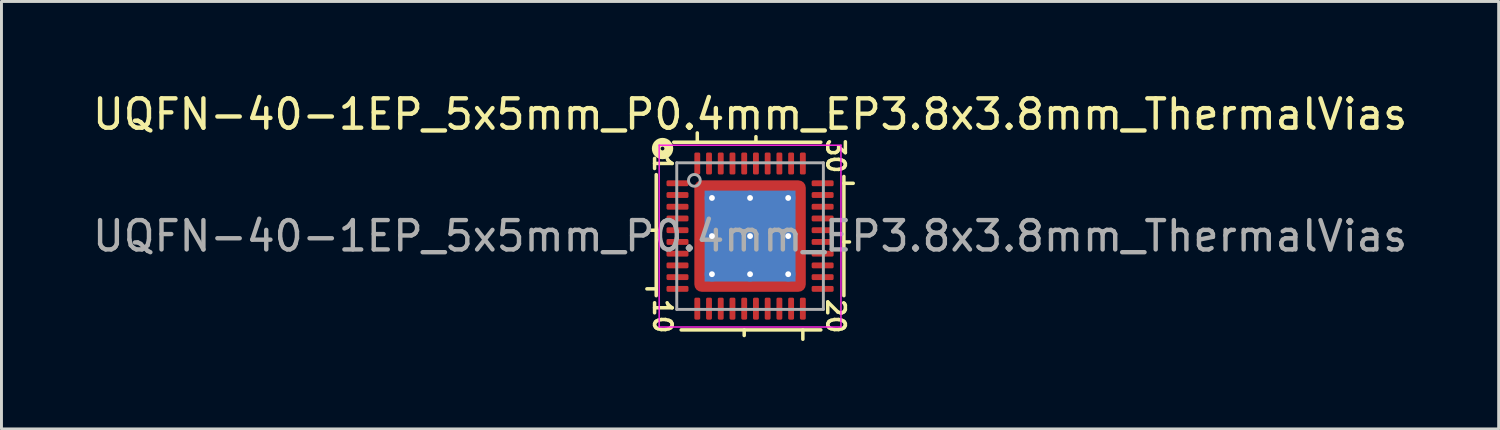
<source format=kicad_pcb>
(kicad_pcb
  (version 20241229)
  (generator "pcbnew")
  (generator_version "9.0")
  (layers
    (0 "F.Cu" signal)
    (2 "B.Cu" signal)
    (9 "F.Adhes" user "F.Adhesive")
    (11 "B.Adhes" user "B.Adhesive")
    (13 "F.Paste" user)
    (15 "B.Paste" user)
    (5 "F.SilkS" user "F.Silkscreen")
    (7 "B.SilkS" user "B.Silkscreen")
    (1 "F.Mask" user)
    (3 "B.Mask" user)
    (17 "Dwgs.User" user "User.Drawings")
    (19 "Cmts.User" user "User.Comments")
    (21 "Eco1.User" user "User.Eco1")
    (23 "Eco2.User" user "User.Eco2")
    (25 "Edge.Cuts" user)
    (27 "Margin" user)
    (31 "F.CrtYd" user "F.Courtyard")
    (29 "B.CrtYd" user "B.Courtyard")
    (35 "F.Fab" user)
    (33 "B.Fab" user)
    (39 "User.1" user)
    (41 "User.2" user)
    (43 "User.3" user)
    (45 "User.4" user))
  (footprint "UQFN-40-1EP_5x5mm_P0.4mm_EP3.8x3.8mm_ThermalVias"
    (layer "F.Cu")
    (at 22.53 5.001)
    (property "Reference" "UQFN-40-1EP_5x5mm_P0.4mm_EP3.8x3.8mm_ThermalVias" (at 0 -4.152 0) (layer "F.SilkS") (effects (font (size 1 1) (thickness 0.15))))
    (attr smd)
    (fp_line (start -3.2 -2.095) (end -3.2 2.032) (stroke (width 0.12) (type solid)) (layer "F.SilkS"))
    (fp_line (start -3.2 -0.2) (end -3.39 -0.2) (stroke (width 0.12) (type solid)) (layer "F.SilkS"))
    (fp_line (start -3.2 1.8) (end -3.518 1.8) (stroke (width 0.12) (type solid)) (layer "F.SilkS"))
    (fp_line (start -2.349 3.2) (end 2.413 3.2) (stroke (width 0.12) (type solid)) (layer "F.SilkS"))
    (fp_line (start -1.8 -3.2) (end -1.8 -3.518) (stroke (width 0.12) (type solid)) (layer "F.SilkS"))
    (fp_line (start -0.2 3.2) (end -0.2 3.39) (stroke (width 0.12) (type solid)) (layer "F.SilkS"))
    (fp_line (start 0.2 -3.2) (end 0.2 -3.39) (stroke (width 0.12) (type solid)) (layer "F.SilkS"))
    (fp_line (start 1.8 3.2) (end 1.8 3.518) (stroke (width 0.12) (type solid)) (layer "F.SilkS"))
    (fp_line (start 2.413 -3.2) (end -2.603 -3.2) (stroke (width 0.12) (type solid)) (layer "F.SilkS"))
    (fp_line (start 3.2 -1.8) (end 3.518 -1.8) (stroke (width 0.12) (type solid)) (layer "F.SilkS"))
    (fp_line (start 3.2 0.2) (end 3.39 0.2) (stroke (width 0.12) (type solid)) (layer "F.SilkS"))
    (fp_line (start 3.2 2.032) (end 3.2 -2.032) (stroke (width 0.12) (type solid)) (layer "F.SilkS"))
    (fp_circle (center -2.985 -2.985) (end -2.921 -2.985) (stroke (width 0.3) (type solid)) (fill no) (layer "F.SilkS"))
    (fp_line (start -3.1 -3.1) (end -3.1 3.1) (stroke (width 0.05) (type solid)) (layer "F.CrtYd"))
    (fp_line (start -3.1 3.1) (end 3.1 3.1) (stroke (width 0.05) (type solid)) (layer "F.CrtYd"))
    (fp_line (start 3.1 -3.1) (end -3.1 -3.1) (stroke (width 0.05) (type solid)) (layer "F.CrtYd"))
    (fp_line (start 3.1 3.1) (end 3.1 -3.1) (stroke (width 0.05) (type solid)) (layer "F.CrtYd"))
    (fp_line (start -2.5 -2.5) (end 2.5 -2.5) (stroke (width 0.1) (type solid)) (layer "F.Fab"))
    (fp_line (start -2.5 2.5) (end -2.5 -2.5) (stroke (width 0.1) (type solid)) (layer "F.Fab"))
    (fp_line (start 2.5 -2.5) (end 2.5 2.5) (stroke (width 0.1) (type solid)) (layer "F.Fab"))
    (fp_line (start 2.5 2.5) (end -2.5 2.5) (stroke (width 0.1) (type solid)) (layer "F.Fab"))
    (fp_circle (center -1.9 -1.9) (end -1.7 -1.9) (stroke (width 0.1) (type solid)) (fill no) (layer "F.Fab"))
    (fp_text user "10" (at -2.985 2.731 270) (unlocked yes) (layer "F.SilkS") (effects (font (size 0.6 0.6) (thickness 0.12))))
    (fp_text user "30" (at 2.921 -2.731 270) (unlocked yes) (layer "F.SilkS") (effects (font (size 0.6 0.6) (thickness 0.12))))
    (fp_text user "1" (at -2.985 -2.477 270) (unlocked yes) (layer "F.SilkS") (effects (font (size 0.6 0.6) (thickness 0.12))))
    (fp_text user "20" (at 2.921 2.731 270) (unlocked yes) (layer "F.SilkS") (effects (font (size 0.6 0.6) (thickness 0.12))))
    (fp_text user "${REFERENCE}" (at 0 0 0) (layer "F.Fab") (effects (font (size 1 1) (thickness 0.15))))
    (pad "" smd custom (at -1.6 -1.6) (size 0.366 0.366) (layers "F.Paste") (options (anchor circle)) (primitives (gr_poly (pts (xy 0.124 0.026) (xy 0.026 0.124) (xy -0.124 0.124) (xy -0.124 -0.124) (xy 0.124 -0.124)) (width 0.236) (fill yes))))
    (pad "" smd custom (at -1.6 -0.65) (size 0.414 0.414) (layers "F.Paste") (options (anchor circle)) (primitives (gr_poly (pts (xy 0.172 -0.396) (xy 0.172 0.396) (xy 0.114 0.454) (xy -0.172 0.454) (xy -0.172 -0.454) (xy 0.114 -0.454)) (width 0.14) (fill yes))))
    (pad "" smd custom (at -1.6 0.65) (size 0.414 0.414) (layers "F.Paste") (options (anchor circle)) (primitives (gr_poly (pts (xy 0.172 -0.396) (xy 0.172 0.396) (xy 0.114 0.454) (xy -0.172 0.454) (xy -0.172 -0.454) (xy 0.114 -0.454)) (width 0.14) (fill yes))))
    (pad "" smd custom (at -1.6 1.6) (size 0.366 0.366) (layers "F.Paste") (options (anchor circle)) (primitives (gr_poly (pts (xy 0.124 -0.026) (xy 0.124 0.124) (xy -0.124 0.124) (xy -0.124 -0.124) (xy 0.026 -0.124)) (width 0.236) (fill yes))))
    (pad "" smd custom (at -0.65 -1.6) (size 0.414 0.414) (layers "F.Paste") (options (anchor circle)) (primitives (gr_poly (pts (xy 0.454 0.114) (xy 0.396 0.172) (xy -0.396 0.172) (xy -0.454 0.114) (xy -0.454 -0.172) (xy 0.454 -0.172)) (width 0.14) (fill yes))))
    (pad "" smd roundrect (at -0.65 -0.65) (size 1.048 1.048) (layers "F.Paste") (roundrect_rratio 0.239))
    (pad "" smd roundrect (at -0.65 0.65) (size 1.048 1.048) (layers "F.Paste") (roundrect_rratio 0.239))
    (pad "" smd custom (at -0.65 1.6) (size 0.414 0.414) (layers "F.Paste") (options (anchor circle)) (primitives (gr_poly (pts (xy 0.454 -0.114) (xy 0.454 0.172) (xy -0.454 0.172) (xy -0.454 -0.114) (xy -0.396 -0.172) (xy 0.396 -0.172)) (width 0.14) (fill yes))))
    (pad "" smd custom (at 0.65 -1.6) (size 0.414 0.414) (layers "F.Paste") (options (anchor circle)) (primitives (gr_poly (pts (xy 0.454 0.114) (xy 0.396 0.172) (xy -0.396 0.172) (xy -0.454 0.114) (xy -0.454 -0.172) (xy 0.454 -0.172)) (width 0.14) (fill yes))))
    (pad "" smd roundrect (at 0.65 -0.65) (size 1.048 1.048) (layers "F.Paste") (roundrect_rratio 0.239))
    (pad "" smd roundrect (at 0.65 0.65) (size 1.048 1.048) (layers "F.Paste") (roundrect_rratio 0.239))
    (pad "" smd custom (at 0.65 1.6) (size 0.414 0.414) (layers "F.Paste") (options (anchor circle)) (primitives (gr_poly (pts (xy 0.454 -0.114) (xy 0.454 0.172) (xy -0.454 0.172) (xy -0.454 -0.114) (xy -0.396 -0.172) (xy 0.396 -0.172)) (width 0.14) (fill yes))))
    (pad "" smd custom (at 1.6 -1.6) (size 0.366 0.366) (layers "F.Paste") (options (anchor circle)) (primitives (gr_poly (pts (xy 0.124 0.124) (xy -0.026 0.124) (xy -0.124 0.026) (xy -0.124 -0.124) (xy 0.124 -0.124)) (width 0.236) (fill yes))))
    (pad "" smd custom (at 1.6 -0.65) (size 0.414 0.414) (layers "F.Paste") (options (anchor circle)) (primitives (gr_poly (pts (xy 0.172 0.454) (xy -0.114 0.454) (xy -0.172 0.396) (xy -0.172 -0.396) (xy -0.114 -0.454) (xy 0.172 -0.454)) (width 0.14) (fill yes))))
    (pad "" smd custom (at 1.6 0.65) (size 0.414 0.414) (layers "F.Paste") (options (anchor circle)) (primitives (gr_poly (pts (xy 0.172 0.454) (xy -0.114 0.454) (xy -0.172 0.396) (xy -0.172 -0.396) (xy -0.114 -0.454) (xy 0.172 -0.454)) (width 0.14) (fill yes))))
    (pad "" smd custom (at 1.6 1.6) (size 0.366 0.366) (layers "F.Paste") (options (anchor circle)) (primitives (gr_poly (pts (xy 0.124 0.124) (xy -0.124 0.124) (xy -0.124 -0.026) (xy -0.026 -0.124) (xy 0.124 -0.124)) (width 0.236) (fill yes))))
    (pad "1" smd roundrect (at -2.475 -1.8) (size 0.75 0.2) (layers "F.Cu" "F.Mask" "F.Paste") (roundrect_rratio 0.25))
    (pad "2" smd roundrect (at -2.475 -1.4) (size 0.75 0.2) (layers "F.Cu" "F.Mask" "F.Paste") (roundrect_rratio 0.25))
    (pad "3" smd roundrect (at -2.475 -1) (size 0.75 0.2) (layers "F.Cu" "F.Mask" "F.Paste") (roundrect_rratio 0.25))
    (pad "4" smd roundrect (at -2.475 -0.6) (size 0.75 0.2) (layers "F.Cu" "F.Mask" "F.Paste") (roundrect_rratio 0.25))
    (pad "5" smd roundrect (at -2.475 -0.2) (size 0.75 0.2) (layers "F.Cu" "F.Mask" "F.Paste") (roundrect_rratio 0.25))
    (pad "6" smd roundrect (at -2.475 0.2) (size 0.75 0.2) (layers "F.Cu" "F.Mask" "F.Paste") (roundrect_rratio 0.25))
    (pad "7" smd roundrect (at -2.475 0.6) (size 0.75 0.2) (layers "F.Cu" "F.Mask" "F.Paste") (roundrect_rratio 0.25))
    (pad "8" smd roundrect (at -2.475 1) (size 0.75 0.2) (layers "F.Cu" "F.Mask" "F.Paste") (roundrect_rratio 0.25))
    (pad "9" smd roundrect (at -2.475 1.4) (size 0.75 0.2) (layers "F.Cu" "F.Mask" "F.Paste") (roundrect_rratio 0.25))
    (pad "10" smd roundrect (at -2.475 1.8) (size 0.75 0.2) (layers "F.Cu" "F.Mask" "F.Paste") (roundrect_rratio 0.25))
    (pad "11" smd roundrect (at -1.8 2.475) (size 0.2 0.75) (layers "F.Cu" "F.Mask" "F.Paste") (roundrect_rratio 0.25))
    (pad "12" smd roundrect (at -1.4 2.475) (size 0.2 0.75) (layers "F.Cu" "F.Mask" "F.Paste") (roundrect_rratio 0.25))
    (pad "13" smd roundrect (at -1 2.475) (size 0.2 0.75) (layers "F.Cu" "F.Mask" "F.Paste") (roundrect_rratio 0.25))
    (pad "14" smd roundrect (at -0.6 2.475) (size 0.2 0.75) (layers "F.Cu" "F.Mask" "F.Paste") (roundrect_rratio 0.25))
    (pad "15" smd roundrect (at -0.2 2.475) (size 0.2 0.75) (layers "F.Cu" "F.Mask" "F.Paste") (roundrect_rratio 0.25))
    (pad "16" smd roundrect (at 0.2 2.475) (size 0.2 0.75) (layers "F.Cu" "F.Mask" "F.Paste") (roundrect_rratio 0.25))
    (pad "17" smd roundrect (at 0.6 2.475) (size 0.2 0.75) (layers "F.Cu" "F.Mask" "F.Paste") (roundrect_rratio 0.25))
    (pad "18" smd roundrect (at 1 2.475) (size 0.2 0.75) (layers "F.Cu" "F.Mask" "F.Paste") (roundrect_rratio 0.25))
    (pad "19" smd roundrect (at 1.4 2.475) (size 0.2 0.75) (layers "F.Cu" "F.Mask" "F.Paste") (roundrect_rratio 0.25))
    (pad "20" smd roundrect (at 1.8 2.475) (size 0.2 0.75) (layers "F.Cu" "F.Mask" "F.Paste") (roundrect_rratio 0.25))
    (pad "21" smd roundrect (at 2.475 1.8) (size 0.75 0.2) (layers "F.Cu" "F.Mask" "F.Paste") (roundrect_rratio 0.25))
    (pad "22" smd roundrect (at 2.475 1.4) (size 0.75 0.2) (layers "F.Cu" "F.Mask" "F.Paste") (roundrect_rratio 0.25))
    (pad "23" smd roundrect (at 2.475 1) (size 0.75 0.2) (layers "F.Cu" "F.Mask" "F.Paste") (roundrect_rratio 0.25))
    (pad "24" smd roundrect (at 2.475 0.6) (size 0.75 0.2) (layers "F.Cu" "F.Mask" "F.Paste") (roundrect_rratio 0.25))
    (pad "25" smd roundrect (at 2.475 0.2) (size 0.75 0.2) (layers "F.Cu" "F.Mask" "F.Paste") (roundrect_rratio 0.25))
    (pad "26" smd roundrect (at 2.475 -0.2) (size 0.75 0.2) (layers "F.Cu" "F.Mask" "F.Paste") (roundrect_rratio 0.25))
    (pad "27" smd roundrect (at 2.475 -0.6) (size 0.75 0.2) (layers "F.Cu" "F.Mask" "F.Paste") (roundrect_rratio 0.25))
    (pad "28" smd roundrect (at 2.475 -1) (size 0.75 0.2) (layers "F.Cu" "F.Mask" "F.Paste") (roundrect_rratio 0.25))
    (pad "29" smd roundrect (at 2.475 -1.4) (size 0.75 0.2) (layers "F.Cu" "F.Mask" "F.Paste") (roundrect_rratio 0.25))
    (pad "30" smd roundrect (at 2.475 -1.8) (size 0.75 0.2) (layers "F.Cu" "F.Mask" "F.Paste") (roundrect_rratio 0.25))
    (pad "31" smd roundrect (at 1.8 -2.475) (size 0.2 0.75) (layers "F.Cu" "F.Mask" "F.Paste") (roundrect_rratio 0.25))
    (pad "32" smd roundrect (at 1.4 -2.475) (size 0.2 0.75) (layers "F.Cu" "F.Mask" "F.Paste") (roundrect_rratio 0.25))
    (pad "33" smd roundrect (at 1 -2.475) (size 0.2 0.75) (layers "F.Cu" "F.Mask" "F.Paste") (roundrect_rratio 0.25))
    (pad "34" smd roundrect (at 0.6 -2.475) (size 0.2 0.75) (layers "F.Cu" "F.Mask" "F.Paste") (roundrect_rratio 0.25))
    (pad "35" smd roundrect (at 0.2 -2.475) (size 0.2 0.75) (layers "F.Cu" "F.Mask" "F.Paste") (roundrect_rratio 0.25))
    (pad "36" smd roundrect (at -0.2 -2.475) (size 0.2 0.75) (layers "F.Cu" "F.Mask" "F.Paste") (roundrect_rratio 0.25))
    (pad "37" smd roundrect (at -0.6 -2.475) (size 0.2 0.75) (layers "F.Cu" "F.Mask" "F.Paste") (roundrect_rratio 0.25))
    (pad "38" smd roundrect (at -1 -2.475) (size 0.2 0.75) (layers "F.Cu" "F.Mask" "F.Paste") (roundrect_rratio 0.25))
    (pad "39" smd roundrect (at -1.4 -2.475) (size 0.2 0.75) (layers "F.Cu" "F.Mask" "F.Paste") (roundrect_rratio 0.25))
    (pad "40" smd roundrect (at -1.8 -2.475) (size 0.2 0.75) (layers "F.Cu" "F.Mask" "F.Paste") (roundrect_rratio 0.25))
    (pad "41" thru_hole circle (at -1.3 -1.3) (size 0.5 0.5) (drill 0.2) (property pad_prop_heatsink) (layers "*.Cu"))
    (pad "41" thru_hole circle (at -1.3 0) (size 0.5 0.5) (drill 0.2) (property pad_prop_heatsink) (layers "*.Cu"))
    (pad "41" thru_hole circle (at -1.3 1.3) (size 0.5 0.5) (drill 0.2) (property pad_prop_heatsink) (layers "*.Cu"))
    (pad "41" thru_hole circle (at 0 -1.3) (size 0.5 0.5) (drill 0.2) (property pad_prop_heatsink) (layers "*.Cu"))
    (pad "41" thru_hole circle (at 0 0) (size 0.5 0.5) (drill 0.2) (property pad_prop_heatsink) (layers "*.Cu"))
    (pad "41" smd rect (at 0 0) (size 3.1 3.1) (layers "B.Cu" "B.Mask"))
    (pad "41" smd roundrect (at 0 0) (size 3.8 3.8) (layers "F.Cu" "F.Mask") (roundrect_rratio 0.066))
    (pad "41" thru_hole circle (at 0 1.3) (size 0.5 0.5) (drill 0.2) (property pad_prop_heatsink) (layers "*.Cu"))
    (pad "41" thru_hole circle (at 1.3 -1.3) (size 0.5 0.5) (drill 0.2) (property pad_prop_heatsink) (layers "*.Cu"))
    (pad "41" thru_hole circle (at 1.3 0) (size 0.5 0.5) (drill 0.2) (property pad_prop_heatsink) (layers "*.Cu"))
    (pad "41" thru_hole circle (at 1.3 1.3) (size 0.5 0.5) (drill 0.2) (property pad_prop_heatsink) (layers "*.Cu")))
  (gr_rect
    (start -3 -3)
    (end 48.06 11.578)
    (stroke (width 0.1) (type default))
    (fill no)
    (layer "Edge.Cuts")))
</source>
